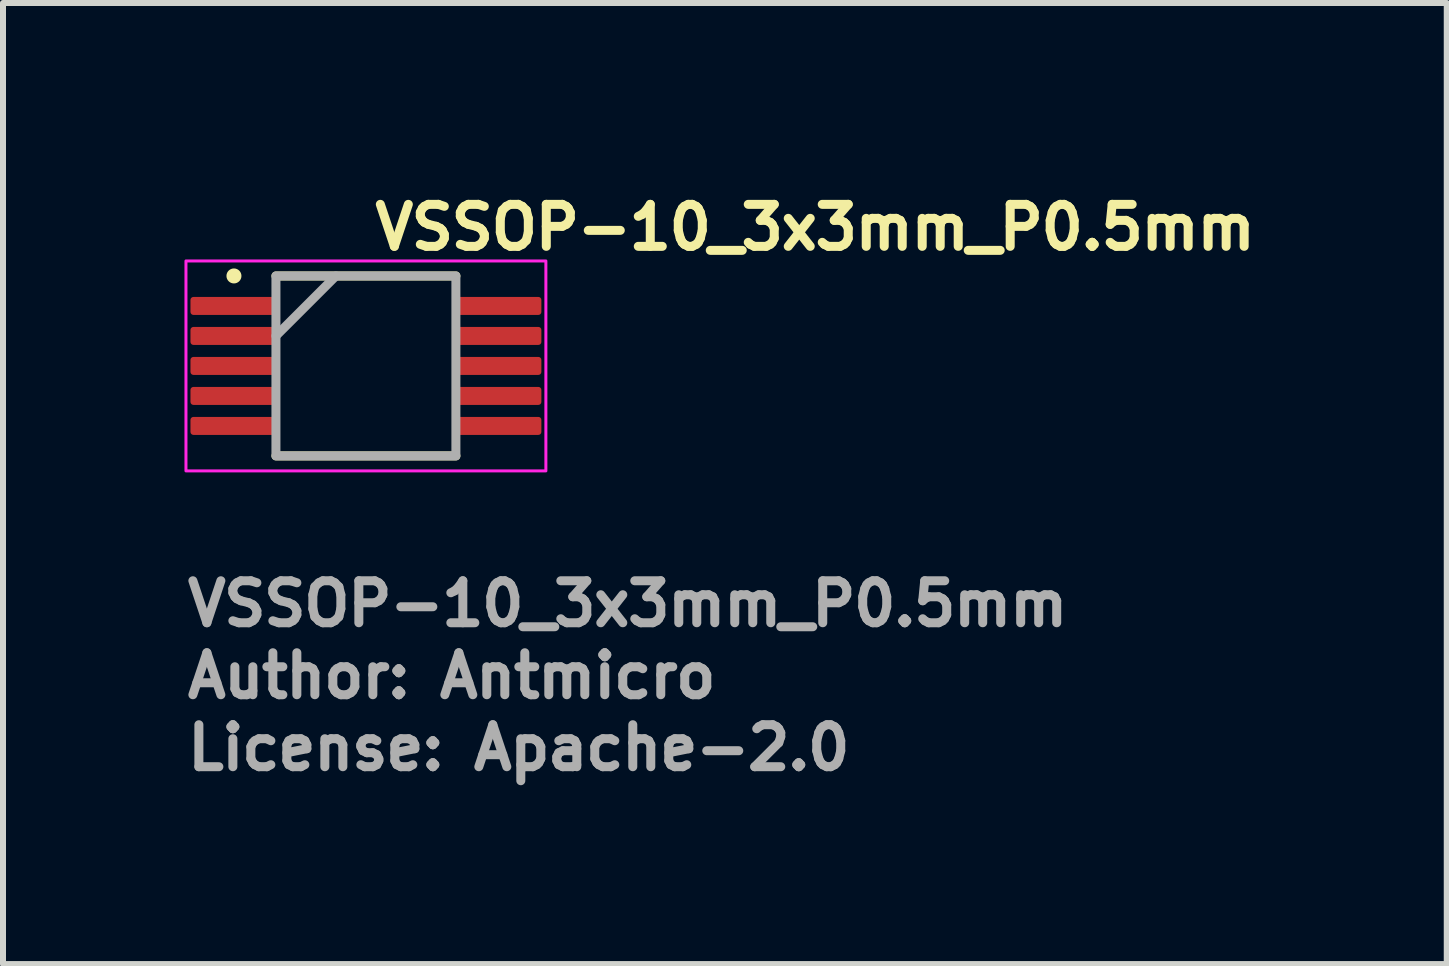
<source format=kicad_pcb>
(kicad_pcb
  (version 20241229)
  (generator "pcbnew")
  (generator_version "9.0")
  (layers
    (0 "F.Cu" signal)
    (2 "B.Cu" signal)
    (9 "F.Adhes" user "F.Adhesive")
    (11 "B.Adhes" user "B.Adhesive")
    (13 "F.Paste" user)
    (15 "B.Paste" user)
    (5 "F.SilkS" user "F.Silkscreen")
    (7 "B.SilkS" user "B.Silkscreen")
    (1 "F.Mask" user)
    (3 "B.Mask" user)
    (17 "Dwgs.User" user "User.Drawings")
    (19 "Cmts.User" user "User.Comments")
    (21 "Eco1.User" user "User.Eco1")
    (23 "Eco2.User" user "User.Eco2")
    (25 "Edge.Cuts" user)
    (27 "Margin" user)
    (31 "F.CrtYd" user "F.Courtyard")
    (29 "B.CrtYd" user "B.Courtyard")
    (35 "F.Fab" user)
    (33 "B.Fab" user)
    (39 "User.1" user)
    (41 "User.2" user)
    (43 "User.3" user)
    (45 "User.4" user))
  (footprint "VSSOP-10_3x3mm_P0.5mm"
    (layer "F.Cu")
    (at 3.05 3.05)
    (property "Reference" "VSSOP-10_3x3mm_P0.5mm" (at 0.075 -1.9 0) (layer "F.SilkS") (effects (font (size 0.7 0.7) (thickness 0.15)) (justify left bottom)))
    (attr smd)
    (fp_line (start -1.5 -1.5) (end 1.5 -1.5) (stroke (width 0.15) (type solid)) (layer "F.SilkS"))
    (fp_line (start -1.5 1.5) (end 1.5 1.5) (stroke (width 0.15) (type solid)) (layer "F.SilkS"))
    (fp_circle (center -2.2 -1.5) (end -2.15 -1.5) (stroke (width 0.15) (type solid)) (fill yes) (layer "F.SilkS"))
    (fp_rect (start -3 -1.75) (end 3 1.75) (stroke (width 0.05) (type solid)) (fill no) (layer "F.CrtYd"))
    (fp_line (start -1.5 -0.5) (end -0.5 -1.5) (stroke (width 0.15) (type solid)) (layer "F.Fab"))
    (fp_rect (start -1.5 -1.5) (end 1.5 1.5) (stroke (width 0.15) (type solid)) (fill no) (layer "F.Fab"))
    (fp_rect (start -2.45 -1.5) (end 2.45 1.5) (stroke (width 0.1) (type solid)) (fill no) (layer "User.5"))
    (fp_line (start -2.45 -0.89) (end -2.45 -1.11) (stroke (width 0.02) (type solid)) (layer "User.9"))
    (fp_line (start -2.45 -0.39) (end -2.45 -0.61) (stroke (width 0.02) (type solid)) (layer "User.9"))
    (fp_line (start -2.45 0.11) (end -2.45 -0.11) (stroke (width 0.02) (type solid)) (layer "User.9"))
    (fp_line (start -2.45 0.61) (end -2.45 0.39) (stroke (width 0.02) (type solid)) (layer "User.9"))
    (fp_line (start -2.45 1.11) (end -2.45 0.89) (stroke (width 0.02) (type solid)) (layer "User.9"))
    (fp_line (start -2.168 -1.11) (end -2.45 -1.11) (stroke (width 0.02) (type solid)) (layer "User.9"))
    (fp_line (start -2.168 -0.89) (end -2.45 -0.89) (stroke (width 0.02) (type solid)) (layer "User.9"))
    (fp_line (start -2.168 -0.61) (end -2.45 -0.61) (stroke (width 0.02) (type solid)) (layer "User.9"))
    (fp_line (start -2.168 -0.39) (end -2.45 -0.39) (stroke (width 0.02) (type solid)) (layer "User.9"))
    (fp_line (start -2.168 -0.11) (end -2.45 -0.11) (stroke (width 0.02) (type solid)) (layer "User.9"))
    (fp_line (start -2.168 0.11) (end -2.45 0.11) (stroke (width 0.02) (type solid)) (layer "User.9"))
    (fp_line (start -2.168 0.39) (end -2.45 0.39) (stroke (width 0.02) (type solid)) (layer "User.9"))
    (fp_line (start -2.168 0.61) (end -2.45 0.61) (stroke (width 0.02) (type solid)) (layer "User.9"))
    (fp_line (start -2.168 0.89) (end -2.45 0.89) (stroke (width 0.02) (type solid)) (layer "User.9"))
    (fp_line (start -2.168 1.11) (end -2.45 1.11) (stroke (width 0.02) (type solid)) (layer "User.9"))
    (fp_line (start -2.077 -1.11) (end -2.168 -1.11) (stroke (width 0.02) (type solid)) (layer "User.9"))
    (fp_line (start -2.077 -0.89) (end -2.168 -0.89) (stroke (width 0.02) (type solid)) (layer "User.9"))
    (fp_line (start -2.077 -0.61) (end -2.168 -0.61) (stroke (width 0.02) (type solid)) (layer "User.9"))
    (fp_line (start -2.077 -0.39) (end -2.168 -0.39) (stroke (width 0.02) (type solid)) (layer "User.9"))
    (fp_line (start -2.077 -0.11) (end -2.168 -0.11) (stroke (width 0.02) (type solid)) (layer "User.9"))
    (fp_line (start -2.077 0.11) (end -2.168 0.11) (stroke (width 0.02) (type solid)) (layer "User.9"))
    (fp_line (start -2.077 0.39) (end -2.168 0.39) (stroke (width 0.02) (type solid)) (layer "User.9"))
    (fp_line (start -2.077 0.61) (end -2.168 0.61) (stroke (width 0.02) (type solid)) (layer "User.9"))
    (fp_line (start -2.077 0.89) (end -2.168 0.89) (stroke (width 0.02) (type solid)) (layer "User.9"))
    (fp_line (start -2.077 1.11) (end -2.168 1.11) (stroke (width 0.02) (type solid)) (layer "User.9"))
    (fp_line (start -2.042 -1.11) (end -2.077 -1.11) (stroke (width 0.02) (type solid)) (layer "User.9"))
    (fp_line (start -2.042 -0.89) (end -2.077 -0.89) (stroke (width 0.02) (type solid)) (layer "User.9"))
    (fp_line (start -2.042 -0.61) (end -2.077 -0.61) (stroke (width 0.02) (type solid)) (layer "User.9"))
    (fp_line (start -2.042 -0.39) (end -2.077 -0.39) (stroke (width 0.02) (type solid)) (layer "User.9"))
    (fp_line (start -2.042 -0.11) (end -2.077 -0.11) (stroke (width 0.02) (type solid)) (layer "User.9"))
    (fp_line (start -2.042 0.11) (end -2.077 0.11) (stroke (width 0.02) (type solid)) (layer "User.9"))
    (fp_line (start -2.042 0.39) (end -2.077 0.39) (stroke (width 0.02) (type solid)) (layer "User.9"))
    (fp_line (start -2.042 0.61) (end -2.077 0.61) (stroke (width 0.02) (type solid)) (layer "User.9"))
    (fp_line (start -2.042 0.89) (end -2.077 0.89) (stroke (width 0.02) (type solid)) (layer "User.9"))
    (fp_line (start -2.042 1.11) (end -2.077 1.11) (stroke (width 0.02) (type solid)) (layer "User.9"))
    (fp_line (start -1.766 -1.11) (end -2.042 -1.11) (stroke (width 0.02) (type solid)) (layer "User.9"))
    (fp_line (start -1.766 -0.89) (end -2.042 -0.89) (stroke (width 0.02) (type solid)) (layer "User.9"))
    (fp_line (start -1.766 -0.61) (end -2.042 -0.61) (stroke (width 0.02) (type solid)) (layer "User.9"))
    (fp_line (start -1.766 -0.39) (end -2.042 -0.39) (stroke (width 0.02) (type solid)) (layer "User.9"))
    (fp_line (start -1.766 -0.11) (end -2.042 -0.11) (stroke (width 0.02) (type solid)) (layer "User.9"))
    (fp_line (start -1.766 0.11) (end -2.042 0.11) (stroke (width 0.02) (type solid)) (layer "User.9"))
    (fp_line (start -1.766 0.39) (end -2.042 0.39) (stroke (width 0.02) (type solid)) (layer "User.9"))
    (fp_line (start -1.766 0.61) (end -2.042 0.61) (stroke (width 0.02) (type solid)) (layer "User.9"))
    (fp_line (start -1.766 0.89) (end -2.042 0.89) (stroke (width 0.02) (type solid)) (layer "User.9"))
    (fp_line (start -1.766 1.11) (end -2.042 1.11) (stroke (width 0.02) (type solid)) (layer "User.9"))
    (fp_line (start -1.5 -1.358) (end -1.499 -1.365) (stroke (width 0.02) (type solid)) (layer "User.9"))
    (fp_line (start -1.5 -1.351) (end -1.5 -1.358) (stroke (width 0.02) (type solid)) (layer "User.9"))
    (fp_line (start -1.5 -1.351) (end -1.5 -1.35) (stroke (width 0.02) (type solid)) (layer "User.9"))
    (fp_line (start -1.5 -1.35) (end -1.5 1.35) (stroke (width 0.02) (type solid)) (layer "User.9"))
    (fp_line (start -1.5 -1.11) (end -1.766 -1.11) (stroke (width 0.02) (type solid)) (layer "User.9"))
    (fp_line (start -1.5 -0.89) (end -1.766 -0.89) (stroke (width 0.02) (type solid)) (layer "User.9"))
    (fp_line (start -1.5 -0.89) (end -1.5 -1.11) (stroke (width 0.02) (type solid)) (layer "User.9"))
    (fp_line (start -1.5 -0.61) (end -1.766 -0.61) (stroke (width 0.02) (type solid)) (layer "User.9"))
    (fp_line (start -1.5 -0.39) (end -1.766 -0.39) (stroke (width 0.02) (type solid)) (layer "User.9"))
    (fp_line (start -1.5 -0.39) (end -1.5 -0.61) (stroke (width 0.02) (type solid)) (layer "User.9"))
    (fp_line (start -1.5 -0.11) (end -1.766 -0.11) (stroke (width 0.02) (type solid)) (layer "User.9"))
    (fp_line (start -1.5 0.11) (end -1.766 0.11) (stroke (width 0.02) (type solid)) (layer "User.9"))
    (fp_line (start -1.5 0.11) (end -1.5 -0.11) (stroke (width 0.02) (type solid)) (layer "User.9"))
    (fp_line (start -1.5 0.39) (end -1.766 0.39) (stroke (width 0.02) (type solid)) (layer "User.9"))
    (fp_line (start -1.5 0.61) (end -1.766 0.61) (stroke (width 0.02) (type solid)) (layer "User.9"))
    (fp_line (start -1.5 0.61) (end -1.5 0.39) (stroke (width 0.02) (type solid)) (layer "User.9"))
    (fp_line (start -1.5 0.89) (end -1.766 0.89) (stroke (width 0.02) (type solid)) (layer "User.9"))
    (fp_line (start -1.5 1.11) (end -1.766 1.11) (stroke (width 0.02) (type solid)) (layer "User.9"))
    (fp_line (start -1.5 1.11) (end -1.5 0.89) (stroke (width 0.02) (type solid)) (layer "User.9"))
    (fp_line (start -1.5 1.35) (end -1.5 1.351) (stroke (width 0.02) (type solid)) (layer "User.9"))
    (fp_line (start -1.5 1.358) (end -1.5 1.351) (stroke (width 0.02) (type solid)) (layer "User.9"))
    (fp_line (start -1.499 -1.372) (end -1.497 -1.379) (stroke (width 0.02) (type solid)) (layer "User.9"))
    (fp_line (start -1.499 -1.365) (end -1.499 -1.372) (stroke (width 0.02) (type solid)) (layer "User.9"))
    (fp_line (start -1.499 1.365) (end -1.5 1.358) (stroke (width 0.02) (type solid)) (layer "User.9"))
    (fp_line (start -1.499 1.372) (end -1.499 1.365) (stroke (width 0.02) (type solid)) (layer "User.9"))
    (fp_line (start -1.497 -1.379) (end -1.496 -1.385) (stroke (width 0.02) (type solid)) (layer "User.9"))
    (fp_line (start -1.497 1.379) (end -1.499 1.372) (stroke (width 0.02) (type solid)) (layer "User.9"))
    (fp_line (start -1.496 -1.385) (end -1.494 -1.392) (stroke (width 0.02) (type solid)) (layer "User.9"))
    (fp_line (start -1.496 1.385) (end -1.497 1.379) (stroke (width 0.02) (type solid)) (layer "User.9"))
    (fp_line (start -1.494 -1.392) (end -1.492 -1.399) (stroke (width 0.02) (type solid)) (layer "User.9"))
    (fp_line (start -1.494 1.392) (end -1.496 1.385) (stroke (width 0.02) (type solid)) (layer "User.9"))
    (fp_line (start -1.492 -1.399) (end -1.489 -1.406) (stroke (width 0.02) (type solid)) (layer "User.9"))
    (fp_line (start -1.492 1.399) (end -1.494 1.392) (stroke (width 0.02) (type solid)) (layer "User.9"))
    (fp_line (start -1.489 -1.406) (end -1.486 -1.412) (stroke (width 0.02) (type solid)) (layer "User.9"))
    (fp_line (start -1.489 1.406) (end -1.492 1.399) (stroke (width 0.02) (type solid)) (layer "User.9"))
    (fp_line (start -1.486 -1.412) (end -1.483 -1.419) (stroke (width 0.02) (type solid)) (layer "User.9"))
    (fp_line (start -1.486 1.412) (end -1.489 1.406) (stroke (width 0.02) (type solid)) (layer "User.9"))
    (fp_line (start -1.483 -1.419) (end -1.479 -1.425) (stroke (width 0.02) (type solid)) (layer "User.9"))
    (fp_line (start -1.483 1.419) (end -1.486 1.412) (stroke (width 0.02) (type solid)) (layer "User.9"))
    (fp_line (start -1.479 -1.425) (end -1.475 -1.431) (stroke (width 0.02) (type solid)) (layer "User.9"))
    (fp_line (start -1.479 1.425) (end -1.483 1.419) (stroke (width 0.02) (type solid)) (layer "User.9"))
    (fp_line (start -1.475 -1.431) (end -1.471 -1.438) (stroke (width 0.02) (type solid)) (layer "User.9"))
    (fp_line (start -1.475 1.431) (end -1.479 1.425) (stroke (width 0.02) (type solid)) (layer "User.9"))
    (fp_line (start -1.471 -1.438) (end -1.466 -1.444) (stroke (width 0.02) (type solid)) (layer "User.9"))
    (fp_line (start -1.471 1.438) (end -1.475 1.431) (stroke (width 0.02) (type solid)) (layer "User.9"))
    (fp_line (start -1.466 -1.444) (end -1.461 -1.45) (stroke (width 0.02) (type solid)) (layer "User.9"))
    (fp_line (start -1.466 1.444) (end -1.471 1.438) (stroke (width 0.02) (type solid)) (layer "User.9"))
    (fp_line (start -1.461 -1.45) (end -1.456 -1.456) (stroke (width 0.02) (type solid)) (layer "User.9"))
    (fp_line (start -1.461 1.45) (end -1.466 1.444) (stroke (width 0.02) (type solid)) (layer "User.9"))
    (fp_line (start -1.456 -1.456) (end -1.456 -1.456) (stroke (width 0.02) (type solid)) (layer "User.9"))
    (fp_line (start -1.456 -1.456) (end -1.45 -1.461) (stroke (width 0.02) (type solid)) (layer "User.9"))
    (fp_line (start -1.456 1.456) (end -1.461 1.45) (stroke (width 0.02) (type solid)) (layer "User.9"))
    (fp_line (start -1.456 1.456) (end -1.456 1.456) (stroke (width 0.02) (type solid)) (layer "User.9"))
    (fp_line (start -1.45 -1.461) (end -1.444 -1.466) (stroke (width 0.02) (type solid)) (layer "User.9"))
    (fp_line (start -1.45 1.461) (end -1.456 1.456) (stroke (width 0.02) (type solid)) (layer "User.9"))
    (fp_line (start -1.444 -1.466) (end -1.438 -1.471) (stroke (width 0.02) (type solid)) (layer "User.9"))
    (fp_line (start -1.444 1.466) (end -1.45 1.461) (stroke (width 0.02) (type solid)) (layer "User.9"))
    (fp_line (start -1.438 -1.471) (end -1.431 -1.475) (stroke (width 0.02) (type solid)) (layer "User.9"))
    (fp_line (start -1.438 1.471) (end -1.444 1.466) (stroke (width 0.02) (type solid)) (layer "User.9"))
    (fp_line (start -1.431 -1.475) (end -1.425 -1.479) (stroke (width 0.02) (type solid)) (layer "User.9"))
    (fp_line (start -1.431 1.475) (end -1.438 1.471) (stroke (width 0.02) (type solid)) (layer "User.9"))
    (fp_line (start -1.425 -1.479) (end -1.419 -1.483) (stroke (width 0.02) (type solid)) (layer "User.9"))
    (fp_line (start -1.425 1.479) (end -1.431 1.475) (stroke (width 0.02) (type solid)) (layer "User.9"))
    (fp_line (start -1.419 -1.483) (end -1.412 -1.486) (stroke (width 0.02) (type solid)) (layer "User.9"))
    (fp_line (start -1.419 1.483) (end -1.425 1.479) (stroke (width 0.02) (type solid)) (layer "User.9"))
    (fp_line (start -1.412 -1.486) (end -1.406 -1.489) (stroke (width 0.02) (type solid)) (layer "User.9"))
    (fp_line (start -1.412 1.486) (end -1.419 1.483) (stroke (width 0.02) (type solid)) (layer "User.9"))
    (fp_line (start -1.406 -1.489) (end -1.399 -1.492) (stroke (width 0.02) (type solid)) (layer "User.9"))
    (fp_line (start -1.406 1.489) (end -1.412 1.486) (stroke (width 0.02) (type solid)) (layer "User.9"))
    (fp_line (start -1.399 -1.492) (end -1.392 -1.494) (stroke (width 0.02) (type solid)) (layer "User.9"))
    (fp_line (start -1.399 1.492) (end -1.406 1.489) (stroke (width 0.02) (type solid)) (layer "User.9"))
    (fp_line (start -1.392 -1.494) (end -1.385 -1.496) (stroke (width 0.02) (type solid)) (layer "User.9"))
    (fp_line (start -1.392 1.494) (end -1.399 1.492) (stroke (width 0.02) (type solid)) (layer "User.9"))
    (fp_line (start -1.385 -1.496) (end -1.379 -1.497) (stroke (width 0.02) (type solid)) (layer "User.9"))
    (fp_line (start -1.385 1.496) (end -1.392 1.494) (stroke (width 0.02) (type solid)) (layer "User.9"))
    (fp_line (start -1.379 -1.497) (end -1.372 -1.499) (stroke (width 0.02) (type solid)) (layer "User.9"))
    (fp_line (start -1.379 1.497) (end -1.385 1.496) (stroke (width 0.02) (type solid)) (layer "User.9"))
    (fp_line (start -1.372 -1.499) (end -1.365 -1.499) (stroke (width 0.02) (type solid)) (layer "User.9"))
    (fp_line (start -1.372 1.499) (end -1.379 1.497) (stroke (width 0.02) (type solid)) (layer "User.9"))
    (fp_line (start -1.365 -1.499) (end -1.358 -1.5) (stroke (width 0.02) (type solid)) (layer "User.9"))
    (fp_line (start -1.365 1.499) (end -1.372 1.499) (stroke (width 0.02) (type solid)) (layer "User.9"))
    (fp_line (start -1.358 -1.5) (end -1.351 -1.5) (stroke (width 0.02) (type solid)) (layer "User.9"))
    (fp_line (start -1.358 1.5) (end -1.365 1.499) (stroke (width 0.02) (type solid)) (layer "User.9"))
    (fp_line (start -1.351 1.5) (end -1.358 1.5) (stroke (width 0.02) (type solid)) (layer "User.9"))
    (fp_line (start -1.351 1.5) (end -1.35 1.5) (stroke (width 0.02) (type solid)) (layer "User.9"))
    (fp_line (start -1.35 -1.5) (end -1.351 -1.5) (stroke (width 0.02) (type solid)) (layer "User.9"))
    (fp_line (start -1.35 1.5) (end 1.35 1.5) (stroke (width 0.02) (type solid)) (layer "User.9"))
    (fp_line (start -1.125 -1.008) (end -1.125 -1.004) (stroke (width 0.02) (type solid)) (layer "User.9"))
    (fp_line (start -1.125 -1.008) (end -1.125 -1.004) (stroke (width 0.02) (type solid)) (layer "User.9"))
    (fp_line (start -1.125 -1.004) (end -1.125 -1) (stroke (width 0.02) (type solid)) (layer "User.9"))
    (fp_line (start -1.125 -1.004) (end -1.125 -1) (stroke (width 0.02) (type solid)) (layer "User.9"))
    (fp_line (start -1.125 -1) (end -1.125 -0.992) (stroke (width 0.02) (type solid)) (layer "User.9"))
    (fp_line (start -1.125 -1) (end -1.125 -0.992) (stroke (width 0.02) (type solid)) (layer "User.9"))
    (fp_line (start -1.125 -0.992) (end -1.124 -0.983) (stroke (width 0.02) (type solid)) (layer "User.9"))
    (fp_line (start -1.125 -0.992) (end -1.124 -0.983) (stroke (width 0.02) (type solid)) (layer "User.9"))
    (fp_line (start -1.124 -1.017) (end -1.124 -1.012) (stroke (width 0.02) (type solid)) (layer "User.9"))
    (fp_line (start -1.124 -1.017) (end -1.124 -1.012) (stroke (width 0.02) (type solid)) (layer "User.9"))
    (fp_line (start -1.124 -1.012) (end -1.125 -1.008) (stroke (width 0.02) (type solid)) (layer "User.9"))
    (fp_line (start -1.124 -1.012) (end -1.125 -1.008) (stroke (width 0.02) (type solid)) (layer "User.9"))
    (fp_line (start -1.124 -0.983) (end -1.123 -0.975) (stroke (width 0.02) (type solid)) (layer "User.9"))
    (fp_line (start -1.124 -0.983) (end -1.123 -0.975) (stroke (width 0.02) (type solid)) (layer "User.9"))
    (fp_line (start -1.123 -1.025) (end -1.123 -1.021) (stroke (width 0.02) (type solid)) (layer "User.9"))
    (fp_line (start -1.123 -1.025) (end -1.123 -1.021) (stroke (width 0.02) (type solid)) (layer "User.9"))
    (fp_line (start -1.123 -1.021) (end -1.124 -1.017) (stroke (width 0.02) (type solid)) (layer "User.9"))
    (fp_line (start -1.123 -1.021) (end -1.124 -1.017) (stroke (width 0.02) (type solid)) (layer "User.9"))
    (fp_line (start -1.123 -0.975) (end -1.121 -0.967) (stroke (width 0.02) (type solid)) (layer "User.9"))
    (fp_line (start -1.123 -0.975) (end -1.121 -0.967) (stroke (width 0.02) (type solid)) (layer "User.9"))
    (fp_line (start -1.122 -1.029) (end -1.123 -1.025) (stroke (width 0.02) (type solid)) (layer "User.9"))
    (fp_line (start -1.122 -1.029) (end -1.123 -1.025) (stroke (width 0.02) (type solid)) (layer "User.9"))
    (fp_line (start -1.121 -1.033) (end -1.122 -1.029) (stroke (width 0.02) (type solid)) (layer "User.9"))
    (fp_line (start -1.121 -1.033) (end -1.122 -1.029) (stroke (width 0.02) (type solid)) (layer "User.9"))
    (fp_line (start -1.121 -0.967) (end -1.118 -0.96) (stroke (width 0.02) (type solid)) (layer "User.9"))
    (fp_line (start -1.121 -0.967) (end -1.118 -0.96) (stroke (width 0.02) (type solid)) (layer "User.9"))
    (fp_line (start -1.12 -1.037) (end -1.121 -1.033) (stroke (width 0.02) (type solid)) (layer "User.9"))
    (fp_line (start -1.12 -1.037) (end -1.121 -1.033) (stroke (width 0.02) (type solid)) (layer "User.9"))
    (fp_line (start -1.118 -1.04) (end -1.12 -1.037) (stroke (width 0.02) (type solid)) (layer "User.9"))
    (fp_line (start -1.118 -1.04) (end -1.12 -1.037) (stroke (width 0.02) (type solid)) (layer "User.9"))
    (fp_line (start -1.118 -0.96) (end -1.115 -0.952) (stroke (width 0.02) (type solid)) (layer "User.9"))
    (fp_line (start -1.118 -0.96) (end -1.115 -0.952) (stroke (width 0.02) (type solid)) (layer "User.9"))
    (fp_line (start -1.117 -1.044) (end -1.118 -1.04) (stroke (width 0.02) (type solid)) (layer "User.9"))
    (fp_line (start -1.117 -1.044) (end -1.118 -1.04) (stroke (width 0.02) (type solid)) (layer "User.9"))
    (fp_line (start -1.115 -1.048) (end -1.117 -1.044) (stroke (width 0.02) (type solid)) (layer "User.9"))
    (fp_line (start -1.115 -1.048) (end -1.117 -1.044) (stroke (width 0.02) (type solid)) (layer "User.9"))
    (fp_line (start -1.115 -0.952) (end -1.112 -0.945) (stroke (width 0.02) (type solid)) (layer "User.9"))
    (fp_line (start -1.115 -0.952) (end -1.112 -0.945) (stroke (width 0.02) (type solid)) (layer "User.9"))
    (fp_line (start -1.114 -1.052) (end -1.115 -1.048) (stroke (width 0.02) (type solid)) (layer "User.9"))
    (fp_line (start -1.114 -1.052) (end -1.115 -1.048) (stroke (width 0.02) (type solid)) (layer "User.9"))
    (fp_line (start -1.112 -1.055) (end -1.114 -1.052) (stroke (width 0.02) (type solid)) (layer "User.9"))
    (fp_line (start -1.112 -1.055) (end -1.114 -1.052) (stroke (width 0.02) (type solid)) (layer "User.9"))
    (fp_line (start -1.112 -0.945) (end -1.108 -0.938) (stroke (width 0.02) (type solid)) (layer "User.9"))
    (fp_line (start -1.112 -0.945) (end -1.108 -0.938) (stroke (width 0.02) (type solid)) (layer "User.9"))
    (fp_line (start -1.11 -1.059) (end -1.112 -1.055) (stroke (width 0.02) (type solid)) (layer "User.9"))
    (fp_line (start -1.11 -1.059) (end -1.112 -1.055) (stroke (width 0.02) (type solid)) (layer "User.9"))
    (fp_line (start -1.108 -1.062) (end -1.11 -1.059) (stroke (width 0.02) (type solid)) (layer "User.9"))
    (fp_line (start -1.108 -1.062) (end -1.11 -1.059) (stroke (width 0.02) (type solid)) (layer "User.9"))
    (fp_line (start -1.108 -0.938) (end -1.104 -0.931) (stroke (width 0.02) (type solid)) (layer "User.9"))
    (fp_line (start -1.108 -0.938) (end -1.104 -0.931) (stroke (width 0.02) (type solid)) (layer "User.9"))
    (fp_line (start -1.106 -1.066) (end -1.108 -1.062) (stroke (width 0.02) (type solid)) (layer "User.9"))
    (fp_line (start -1.106 -1.066) (end -1.108 -1.062) (stroke (width 0.02) (type solid)) (layer "User.9"))
    (fp_line (start -1.104 -1.069) (end -1.106 -1.066) (stroke (width 0.02) (type solid)) (layer "User.9"))
    (fp_line (start -1.104 -1.069) (end -1.106 -1.066) (stroke (width 0.02) (type solid)) (layer "User.9"))
    (fp_line (start -1.104 -0.931) (end -1.099 -0.924) (stroke (width 0.02) (type solid)) (layer "User.9"))
    (fp_line (start -1.104 -0.931) (end -1.099 -0.924) (stroke (width 0.02) (type solid)) (layer "User.9"))
    (fp_line (start -1.102 -1.073) (end -1.104 -1.069) (stroke (width 0.02) (type solid)) (layer "User.9"))
    (fp_line (start -1.102 -1.073) (end -1.104 -1.069) (stroke (width 0.02) (type solid)) (layer "User.9"))
    (fp_line (start -1.099 -1.076) (end -1.102 -1.073) (stroke (width 0.02) (type solid)) (layer "User.9"))
    (fp_line (start -1.099 -1.076) (end -1.102 -1.073) (stroke (width 0.02) (type solid)) (layer "User.9"))
    (fp_line (start -1.099 -0.924) (end -1.094 -0.918) (stroke (width 0.02) (type solid)) (layer "User.9"))
    (fp_line (start -1.099 -0.924) (end -1.094 -0.918) (stroke (width 0.02) (type solid)) (layer "User.9"))
    (fp_line (start -1.097 -1.079) (end -1.099 -1.076) (stroke (width 0.02) (type solid)) (layer "User.9"))
    (fp_line (start -1.097 -1.079) (end -1.099 -1.076) (stroke (width 0.02) (type solid)) (layer "User.9"))
    (fp_line (start -1.094 -1.082) (end -1.097 -1.079) (stroke (width 0.02) (type solid)) (layer "User.9"))
    (fp_line (start -1.094 -1.082) (end -1.097 -1.079) (stroke (width 0.02) (type solid)) (layer "User.9"))
    (fp_line (start -1.094 -0.918) (end -1.089 -0.912) (stroke (width 0.02) (type solid)) (layer "User.9"))
    (fp_line (start -1.094 -0.918) (end -1.089 -0.912) (stroke (width 0.02) (type solid)) (layer "User.9"))
    (fp_line (start -1.091 -1.085) (end -1.094 -1.082) (stroke (width 0.02) (type solid)) (layer "User.9"))
    (fp_line (start -1.091 -1.085) (end -1.094 -1.082) (stroke (width 0.02) (type solid)) (layer "User.9"))
    (fp_line (start -1.089 -1.088) (end -1.091 -1.085) (stroke (width 0.02) (type solid)) (layer "User.9"))
    (fp_line (start -1.089 -1.088) (end -1.091 -1.085) (stroke (width 0.02) (type solid)) (layer "User.9"))
    (fp_line (start -1.089 -0.912) (end -1.083 -0.906) (stroke (width 0.02) (type solid)) (layer "User.9"))
    (fp_line (start -1.089 -0.912) (end -1.083 -0.906) (stroke (width 0.02) (type solid)) (layer "User.9"))
    (fp_line (start -1.086 -1.091) (end -1.089 -1.088) (stroke (width 0.02) (type solid)) (layer "User.9"))
    (fp_line (start -1.086 -1.091) (end -1.089 -1.088) (stroke (width 0.02) (type solid)) (layer "User.9"))
    (fp_line (start -1.083 -1.094) (end -1.086 -1.091) (stroke (width 0.02) (type solid)) (layer "User.9"))
    (fp_line (start -1.083 -1.094) (end -1.086 -1.091) (stroke (width 0.02) (type solid)) (layer "User.9"))
    (fp_line (start -1.083 -0.906) (end -1.076 -0.901) (stroke (width 0.02) (type solid)) (layer "User.9"))
    (fp_line (start -1.083 -0.906) (end -1.076 -0.901) (stroke (width 0.02) (type solid)) (layer "User.9"))
    (fp_line (start -1.08 -1.096) (end -1.083 -1.094) (stroke (width 0.02) (type solid)) (layer "User.9"))
    (fp_line (start -1.08 -1.096) (end -1.083 -1.094) (stroke (width 0.02) (type solid)) (layer "User.9"))
    (fp_line (start -1.076 -1.099) (end -1.08 -1.096) (stroke (width 0.02) (type solid)) (layer "User.9"))
    (fp_line (start -1.076 -1.099) (end -1.08 -1.096) (stroke (width 0.02) (type solid)) (layer "User.9"))
    (fp_line (start -1.076 -0.901) (end -1.07 -0.896) (stroke (width 0.02) (type solid)) (layer "User.9"))
    (fp_line (start -1.076 -0.901) (end -1.07 -0.896) (stroke (width 0.02) (type solid)) (layer "User.9"))
    (fp_line (start -1.073 -1.101) (end -1.076 -1.099) (stroke (width 0.02) (type solid)) (layer "User.9"))
    (fp_line (start -1.073 -1.101) (end -1.076 -1.099) (stroke (width 0.02) (type solid)) (layer "User.9"))
    (fp_line (start -1.07 -1.104) (end -1.073 -1.101) (stroke (width 0.02) (type solid)) (layer "User.9"))
    (fp_line (start -1.07 -1.104) (end -1.073 -1.101) (stroke (width 0.02) (type solid)) (layer "User.9"))
    (fp_line (start -1.07 -0.896) (end -1.062 -0.892) (stroke (width 0.02) (type solid)) (layer "User.9"))
    (fp_line (start -1.07 -0.896) (end -1.062 -0.892) (stroke (width 0.02) (type solid)) (layer "User.9"))
    (fp_line (start -1.066 -1.106) (end -1.07 -1.104) (stroke (width 0.02) (type solid)) (layer "User.9"))
    (fp_line (start -1.066 -1.106) (end -1.07 -1.104) (stroke (width 0.02) (type solid)) (layer "User.9"))
    (fp_line (start -1.062 -1.108) (end -1.066 -1.106) (stroke (width 0.02) (type solid)) (layer "User.9"))
    (fp_line (start -1.062 -1.108) (end -1.066 -1.106) (stroke (width 0.02) (type solid)) (layer "User.9"))
    (fp_line (start -1.062 -1.108) (end -1.062 -1.108) (stroke (width 0.02) (type solid)) (layer "User.9"))
    (fp_line (start -1.062 -1.108) (end -1.062 -1.108) (stroke (width 0.02) (type solid)) (layer "User.9"))
    (fp_line (start -1.062 -0.892) (end -1.062 -0.892) (stroke (width 0.02) (type solid)) (layer "User.9"))
    (fp_line (start -1.062 -0.892) (end -1.062 -0.892) (stroke (width 0.02) (type solid)) (layer "User.9"))
    (fp_line (start -1.062 -0.892) (end -1.055 -0.888) (stroke (width 0.02) (type solid)) (layer "User.9"))
    (fp_line (start -1.062 -0.892) (end -1.055 -0.888) (stroke (width 0.02) (type solid)) (layer "User.9"))
    (fp_line (start -1.055 -1.112) (end -1.062 -1.108) (stroke (width 0.02) (type solid)) (layer "User.9"))
    (fp_line (start -1.055 -1.112) (end -1.062 -1.108) (stroke (width 0.02) (type solid)) (layer "User.9"))
    (fp_line (start -1.055 -0.888) (end -1.048 -0.884) (stroke (width 0.02) (type solid)) (layer "User.9"))
    (fp_line (start -1.055 -0.888) (end -1.048 -0.884) (stroke (width 0.02) (type solid)) (layer "User.9"))
    (fp_line (start -1.048 -1.116) (end -1.055 -1.112) (stroke (width 0.02) (type solid)) (layer "User.9"))
    (fp_line (start -1.048 -1.116) (end -1.055 -1.112) (stroke (width 0.02) (type solid)) (layer "User.9"))
    (fp_line (start -1.048 -0.884) (end -1.04 -0.882) (stroke (width 0.02) (type solid)) (layer "User.9"))
    (fp_line (start -1.048 -0.884) (end -1.04 -0.882) (stroke (width 0.02) (type solid)) (layer "User.9"))
    (fp_line (start -1.04 -1.118) (end -1.048 -1.116) (stroke (width 0.02) (type solid)) (layer "User.9"))
    (fp_line (start -1.04 -1.118) (end -1.048 -1.116) (stroke (width 0.02) (type solid)) (layer "User.9"))
    (fp_line (start -1.04 -0.882) (end -1.032 -0.879) (stroke (width 0.02) (type solid)) (layer "User.9"))
    (fp_line (start -1.04 -0.882) (end -1.032 -0.879) (stroke (width 0.02) (type solid)) (layer "User.9"))
    (fp_line (start -1.032 -1.121) (end -1.04 -1.118) (stroke (width 0.02) (type solid)) (layer "User.9"))
    (fp_line (start -1.032 -1.121) (end -1.04 -1.118) (stroke (width 0.02) (type solid)) (layer "User.9"))
    (fp_line (start -1.032 -0.879) (end -1.024 -0.877) (stroke (width 0.02) (type solid)) (layer "User.9"))
    (fp_line (start -1.032 -0.879) (end -1.024 -0.877) (stroke (width 0.02) (type solid)) (layer "User.9"))
    (fp_line (start -1.024 -1.123) (end -1.032 -1.121) (stroke (width 0.02) (type solid)) (layer "User.9"))
    (fp_line (start -1.024 -1.123) (end -1.032 -1.121) (stroke (width 0.02) (type solid)) (layer "User.9"))
    (fp_line (start -1.024 -0.877) (end -1.016 -0.876) (stroke (width 0.02) (type solid)) (layer "User.9"))
    (fp_line (start -1.024 -0.877) (end -1.016 -0.876) (stroke (width 0.02) (type solid)) (layer "User.9"))
    (fp_line (start -1.016 -1.124) (end -1.024 -1.123) (stroke (width 0.02) (type solid)) (layer "User.9"))
    (fp_line (start -1.016 -1.124) (end -1.024 -1.123) (stroke (width 0.02) (type solid)) (layer "User.9"))
    (fp_line (start -1.016 -0.876) (end -1.008 -0.875) (stroke (width 0.02) (type solid)) (layer "User.9"))
    (fp_line (start -1.016 -0.876) (end -1.008 -0.875) (stroke (width 0.02) (type solid)) (layer "User.9"))
    (fp_line (start -1.008 -1.125) (end -1.016 -1.124) (stroke (width 0.02) (type solid)) (layer "User.9"))
    (fp_line (start -1.008 -1.125) (end -1.016 -1.124) (stroke (width 0.02) (type solid)) (layer "User.9"))
    (fp_line (start -1.008 -0.875) (end -1 -0.875) (stroke (width 0.02) (type solid)) (layer "User.9"))
    (fp_line (start -1.008 -0.875) (end -1 -0.875) (stroke (width 0.02) (type solid)) (layer "User.9"))
    (fp_line (start -1 -1.125) (end -1.008 -1.125) (stroke (width 0.02) (type solid)) (layer "User.9"))
    (fp_line (start -1 -1.125) (end -1.008 -1.125) (stroke (width 0.02) (type solid)) (layer "User.9"))
    (fp_line (start -1 -0.875) (end -0.992 -0.875) (stroke (width 0.02) (type solid)) (layer "User.9"))
    (fp_line (start -1 -0.875) (end -0.992 -0.875) (stroke (width 0.02) (type solid)) (layer "User.9"))
    (fp_line (start -0.992 -1.125) (end -1 -1.125) (stroke (width 0.02) (type solid)) (layer "User.9"))
    (fp_line (start -0.992 -1.125) (end -1 -1.125) (stroke (width 0.02) (type solid)) (layer "User.9"))
    (fp_line (start -0.992 -0.875) (end -0.984 -0.876) (stroke (width 0.02) (type solid)) (layer "User.9"))
    (fp_line (start -0.992 -0.875) (end -0.984 -0.876) (stroke (width 0.02) (type solid)) (layer "User.9"))
    (fp_line (start -0.984 -1.124) (end -0.992 -1.125) (stroke (width 0.02) (type solid)) (layer "User.9"))
    (fp_line (start -0.984 -1.124) (end -0.992 -1.125) (stroke (width 0.02) (type solid)) (layer "User.9"))
    (fp_line (start -0.984 -0.876) (end -0.976 -0.877) (stroke (width 0.02) (type solid)) (layer "User.9"))
    (fp_line (start -0.984 -0.876) (end -0.976 -0.877) (stroke (width 0.02) (type solid)) (layer "User.9"))
    (fp_line (start -0.976 -1.123) (end -0.984 -1.124) (stroke (width 0.02) (type solid)) (layer "User.9"))
    (fp_line (start -0.976 -1.123) (end -0.984 -1.124) (stroke (width 0.02) (type solid)) (layer "User.9"))
    (fp_line (start -0.976 -0.877) (end -0.968 -0.879) (stroke (width 0.02) (type solid)) (layer "User.9"))
    (fp_line (start -0.976 -0.877) (end -0.968 -0.879) (stroke (width 0.02) (type solid)) (layer "User.9"))
    (fp_line (start -0.968 -1.121) (end -0.976 -1.123) (stroke (width 0.02) (type solid)) (layer "User.9"))
    (fp_line (start -0.968 -1.121) (end -0.976 -1.123) (stroke (width 0.02) (type solid)) (layer "User.9"))
    (fp_line (start -0.968 -0.879) (end -0.96 -0.882) (stroke (width 0.02) (type solid)) (layer "User.9"))
    (fp_line (start -0.968 -0.879) (end -0.96 -0.882) (stroke (width 0.02) (type solid)) (layer "User.9"))
    (fp_line (start -0.96 -1.118) (end -0.968 -1.121) (stroke (width 0.02) (type solid)) (layer "User.9"))
    (fp_line (start -0.96 -1.118) (end -0.968 -1.121) (stroke (width 0.02) (type solid)) (layer "User.9"))
    (fp_line (start -0.96 -0.882) (end -0.952 -0.884) (stroke (width 0.02) (type solid)) (layer "User.9"))
    (fp_line (start -0.96 -0.882) (end -0.952 -0.884) (stroke (width 0.02) (type solid)) (layer "User.9"))
    (fp_line (start -0.952 -1.116) (end -0.96 -1.118) (stroke (width 0.02) (type solid)) (layer "User.9"))
    (fp_line (start -0.952 -1.116) (end -0.96 -1.118) (stroke (width 0.02) (type solid)) (layer "User.9"))
    (fp_line (start -0.952 -0.884) (end -0.945 -0.888) (stroke (width 0.02) (type solid)) (layer "User.9"))
    (fp_line (start -0.952 -0.884) (end -0.945 -0.888) (stroke (width 0.02) (type solid)) (layer "User.9"))
    (fp_line (start -0.945 -1.112) (end -0.952 -1.116) (stroke (width 0.02) (type solid)) (layer "User.9"))
    (fp_line (start -0.945 -1.112) (end -0.952 -1.116) (stroke (width 0.02) (type solid)) (layer "User.9"))
    (fp_line (start -0.945 -0.888) (end -0.938 -0.892) (stroke (width 0.02) (type solid)) (layer "User.9"))
    (fp_line (start -0.945 -0.888) (end -0.938 -0.892) (stroke (width 0.02) (type solid)) (layer "User.9"))
    (fp_line (start -0.938 -1.108) (end -0.945 -1.112) (stroke (width 0.02) (type solid)) (layer "User.9"))
    (fp_line (start -0.938 -1.108) (end -0.945 -1.112) (stroke (width 0.02) (type solid)) (layer "User.9"))
    (fp_line (start -0.938 -1.108) (end -0.938 -1.108) (stroke (width 0.02) (type solid)) (layer "User.9"))
    (fp_line (start -0.938 -1.108) (end -0.938 -1.108) (stroke (width 0.02) (type solid)) (layer "User.9"))
    (fp_line (start -0.938 -0.892) (end -0.938 -0.892) (stroke (width 0.02) (type solid)) (layer "User.9"))
    (fp_line (start -0.938 -0.892) (end -0.938 -0.892) (stroke (width 0.02) (type solid)) (layer "User.9"))
    (fp_line (start -0.938 -0.892) (end -0.934 -0.894) (stroke (width 0.02) (type solid)) (layer "User.9"))
    (fp_line (start -0.938 -0.892) (end -0.934 -0.894) (stroke (width 0.02) (type solid)) (layer "User.9"))
    (fp_line (start -0.934 -0.894) (end -0.93 -0.896) (stroke (width 0.02) (type solid)) (layer "User.9"))
    (fp_line (start -0.934 -0.894) (end -0.93 -0.896) (stroke (width 0.02) (type solid)) (layer "User.9"))
    (fp_line (start -0.93 -1.104) (end -0.938 -1.108) (stroke (width 0.02) (type solid)) (layer "User.9"))
    (fp_line (start -0.93 -1.104) (end -0.938 -1.108) (stroke (width 0.02) (type solid)) (layer "User.9"))
    (fp_line (start -0.93 -0.896) (end -0.927 -0.899) (stroke (width 0.02) (type solid)) (layer "User.9"))
    (fp_line (start -0.93 -0.896) (end -0.927 -0.899) (stroke (width 0.02) (type solid)) (layer "User.9"))
    (fp_line (start -0.927 -0.899) (end -0.924 -0.901) (stroke (width 0.02) (type solid)) (layer "User.9"))
    (fp_line (start -0.927 -0.899) (end -0.924 -0.901) (stroke (width 0.02) (type solid)) (layer "User.9"))
    (fp_line (start -0.924 -1.099) (end -0.93 -1.104) (stroke (width 0.02) (type solid)) (layer "User.9"))
    (fp_line (start -0.924 -1.099) (end -0.93 -1.104) (stroke (width 0.02) (type solid)) (layer "User.9"))
    (fp_line (start -0.924 -0.901) (end -0.92 -0.904) (stroke (width 0.02) (type solid)) (layer "User.9"))
    (fp_line (start -0.924 -0.901) (end -0.92 -0.904) (stroke (width 0.02) (type solid)) (layer "User.9"))
    (fp_line (start -0.92 -0.904) (end -0.917 -0.906) (stroke (width 0.02) (type solid)) (layer "User.9"))
    (fp_line (start -0.92 -0.904) (end -0.917 -0.906) (stroke (width 0.02) (type solid)) (layer "User.9"))
    (fp_line (start -0.917 -1.094) (end -0.924 -1.099) (stroke (width 0.02) (type solid)) (layer "User.9"))
    (fp_line (start -0.917 -1.094) (end -0.924 -1.099) (stroke (width 0.02) (type solid)) (layer "User.9"))
    (fp_line (start -0.917 -0.906) (end -0.914 -0.909) (stroke (width 0.02) (type solid)) (layer "User.9"))
    (fp_line (start -0.917 -0.906) (end -0.914 -0.909) (stroke (width 0.02) (type solid)) (layer "User.9"))
    (fp_line (start -0.914 -0.909) (end -0.911 -0.912) (stroke (width 0.02) (type solid)) (layer "User.9"))
    (fp_line (start -0.914 -0.909) (end -0.911 -0.912) (stroke (width 0.02) (type solid)) (layer "User.9"))
    (fp_line (start -0.911 -1.088) (end -0.917 -1.094) (stroke (width 0.02) (type solid)) (layer "User.9"))
    (fp_line (start -0.911 -1.088) (end -0.917 -1.094) (stroke (width 0.02) (type solid)) (layer "User.9"))
    (fp_line (start -0.911 -0.912) (end -0.909 -0.915) (stroke (width 0.02) (type solid)) (layer "User.9"))
    (fp_line (start -0.911 -0.912) (end -0.909 -0.915) (stroke (width 0.02) (type solid)) (layer "User.9"))
    (fp_line (start -0.909 -0.915) (end -0.906 -0.918) (stroke (width 0.02) (type solid)) (layer "User.9"))
    (fp_line (start -0.909 -0.915) (end -0.906 -0.918) (stroke (width 0.02) (type solid)) (layer "User.9"))
    (fp_line (start -0.906 -1.082) (end -0.911 -1.088) (stroke (width 0.02) (type solid)) (layer "User.9"))
    (fp_line (start -0.906 -1.082) (end -0.911 -1.088) (stroke (width 0.02) (type solid)) (layer "User.9"))
    (fp_line (start -0.906 -0.918) (end -0.903 -0.921) (stroke (width 0.02) (type solid)) (layer "User.9"))
    (fp_line (start -0.906 -0.918) (end -0.903 -0.921) (stroke (width 0.02) (type solid)) (layer "User.9"))
    (fp_line (start -0.903 -0.921) (end -0.901 -0.924) (stroke (width 0.02) (type solid)) (layer "User.9"))
    (fp_line (start -0.903 -0.921) (end -0.901 -0.924) (stroke (width 0.02) (type solid)) (layer "User.9"))
    (fp_line (start -0.901 -1.076) (end -0.906 -1.082) (stroke (width 0.02) (type solid)) (layer "User.9"))
    (fp_line (start -0.901 -1.076) (end -0.906 -1.082) (stroke (width 0.02) (type solid)) (layer "User.9"))
    (fp_line (start -0.901 -0.924) (end -0.898 -0.927) (stroke (width 0.02) (type solid)) (layer "User.9"))
    (fp_line (start -0.901 -0.924) (end -0.898 -0.927) (stroke (width 0.02) (type solid)) (layer "User.9"))
    (fp_line (start -0.898 -0.927) (end -0.896 -0.931) (stroke (width 0.02) (type solid)) (layer "User.9"))
    (fp_line (start -0.898 -0.927) (end -0.896 -0.931) (stroke (width 0.02) (type solid)) (layer "User.9"))
    (fp_line (start -0.896 -1.069) (end -0.901 -1.076) (stroke (width 0.02) (type solid)) (layer "User.9"))
    (fp_line (start -0.896 -1.069) (end -0.901 -1.076) (stroke (width 0.02) (type solid)) (layer "User.9"))
    (fp_line (start -0.896 -0.931) (end -0.894 -0.934) (stroke (width 0.02) (type solid)) (layer "User.9"))
    (fp_line (start -0.896 -0.931) (end -0.894 -0.934) (stroke (width 0.02) (type solid)) (layer "User.9"))
    (fp_line (start -0.894 -0.934) (end -0.892 -0.938) (stroke (width 0.02) (type solid)) (layer "User.9"))
    (fp_line (start -0.894 -0.934) (end -0.892 -0.938) (stroke (width 0.02) (type solid)) (layer "User.9"))
    (fp_line (start -0.892 -1.062) (end -0.896 -1.069) (stroke (width 0.02) (type solid)) (layer "User.9"))
    (fp_line (start -0.892 -1.062) (end -0.896 -1.069) (stroke (width 0.02) (type solid)) (layer "User.9"))
    (fp_line (start -0.892 -0.938) (end -0.89 -0.941) (stroke (width 0.02) (type solid)) (layer "User.9"))
    (fp_line (start -0.892 -0.938) (end -0.89 -0.941) (stroke (width 0.02) (type solid)) (layer "User.9"))
    (fp_line (start -0.89 -0.941) (end -0.888 -0.945) (stroke (width 0.02) (type solid)) (layer "User.9"))
    (fp_line (start -0.89 -0.941) (end -0.888 -0.945) (stroke (width 0.02) (type solid)) (layer "User.9"))
    (fp_line (start -0.888 -1.055) (end -0.892 -1.062) (stroke (width 0.02) (type solid)) (layer "User.9"))
    (fp_line (start -0.888 -1.055) (end -0.892 -1.062) (stroke (width 0.02) (type solid)) (layer "User.9"))
    (fp_line (start -0.888 -0.945) (end -0.886 -0.948) (stroke (width 0.02) (type solid)) (layer "User.9"))
    (fp_line (start -0.888 -0.945) (end -0.886 -0.948) (stroke (width 0.02) (type solid)) (layer "User.9"))
    (fp_line (start -0.886 -0.948) (end -0.885 -0.952) (stroke (width 0.02) (type solid)) (layer "User.9"))
    (fp_line (start -0.886 -0.948) (end -0.885 -0.952) (stroke (width 0.02) (type solid)) (layer "User.9"))
    (fp_line (start -0.885 -1.048) (end -0.888 -1.055) (stroke (width 0.02) (type solid)) (layer "User.9"))
    (fp_line (start -0.885 -1.048) (end -0.888 -1.055) (stroke (width 0.02) (type solid)) (layer "User.9"))
    (fp_line (start -0.885 -0.952) (end -0.883 -0.956) (stroke (width 0.02) (type solid)) (layer "User.9"))
    (fp_line (start -0.885 -0.952) (end -0.883 -0.956) (stroke (width 0.02) (type solid)) (layer "User.9"))
    (fp_line (start -0.883 -0.956) (end -0.882 -0.96) (stroke (width 0.02) (type solid)) (layer "User.9"))
    (fp_line (start -0.883 -0.956) (end -0.882 -0.96) (stroke (width 0.02) (type solid)) (layer "User.9"))
    (fp_line (start -0.882 -1.04) (end -0.885 -1.048) (stroke (width 0.02) (type solid)) (layer "User.9"))
    (fp_line (start -0.882 -1.04) (end -0.885 -1.048) (stroke (width 0.02) (type solid)) (layer "User.9"))
    (fp_line (start -0.882 -0.96) (end -0.88 -0.963) (stroke (width 0.02) (type solid)) (layer "User.9"))
    (fp_line (start -0.882 -0.96) (end -0.88 -0.963) (stroke (width 0.02) (type solid)) (layer "User.9"))
    (fp_line (start -0.88 -0.963) (end -0.879 -0.967) (stroke (width 0.02) (type solid)) (layer "User.9"))
    (fp_line (start -0.88 -0.963) (end -0.879 -0.967) (stroke (width 0.02) (type solid)) (layer "User.9"))
    (fp_line (start -0.879 -1.033) (end -0.882 -1.04) (stroke (width 0.02) (type solid)) (layer "User.9"))
    (fp_line (start -0.879 -1.033) (end -0.882 -1.04) (stroke (width 0.02) (type solid)) (layer "User.9"))
    (fp_line (start -0.879 -0.967) (end -0.878 -0.971) (stroke (width 0.02) (type solid)) (layer "User.9"))
    (fp_line (start -0.879 -0.967) (end -0.878 -0.971) (stroke (width 0.02) (type solid)) (layer "User.9"))
    (fp_line (start -0.878 -0.971) (end -0.877 -0.975) (stroke (width 0.02) (type solid)) (layer "User.9"))
    (fp_line (start -0.878 -0.971) (end -0.877 -0.975) (stroke (width 0.02) (type solid)) (layer "User.9"))
    (fp_line (start -0.877 -1.025) (end -0.879 -1.033) (stroke (width 0.02) (type solid)) (layer "User.9"))
    (fp_line (start -0.877 -1.025) (end -0.879 -1.033) (stroke (width 0.02) (type solid)) (layer "User.9"))
    (fp_line (start -0.877 -0.979) (end -0.876 -0.983) (stroke (width 0.02) (type solid)) (layer "User.9"))
    (fp_line (start -0.877 -0.979) (end -0.876 -0.983) (stroke (width 0.02) (type solid)) (layer "User.9"))
    (fp_line (start -0.877 -0.975) (end -0.877 -0.979) (stroke (width 0.02) (type solid)) (layer "User.9"))
    (fp_line (start -0.877 -0.975) (end -0.877 -0.979) (stroke (width 0.02) (type solid)) (layer "User.9"))
    (fp_line (start -0.876 -1.017) (end -0.877 -1.025) (stroke (width 0.02) (type solid)) (layer "User.9"))
    (fp_line (start -0.876 -1.017) (end -0.877 -1.025) (stroke (width 0.02) (type solid)) (layer "User.9"))
    (fp_line (start -0.876 -0.988) (end -0.875 -0.992) (stroke (width 0.02) (type solid)) (layer "User.9"))
    (fp_line (start -0.876 -0.988) (end -0.875 -0.992) (stroke (width 0.02) (type solid)) (layer "User.9"))
    (fp_line (start -0.876 -0.983) (end -0.876 -0.988) (stroke (width 0.02) (type solid)) (layer "User.9"))
    (fp_line (start -0.876 -0.983) (end -0.876 -0.988) (stroke (width 0.02) (type solid)) (layer "User.9"))
    (fp_line (start -0.875 -1.008) (end -0.876 -1.017) (stroke (width 0.02) (type solid)) (layer "User.9"))
    (fp_line (start -0.875 -1.008) (end -0.876 -1.017) (stroke (width 0.02) (type solid)) (layer "User.9"))
    (fp_line (start -0.875 -1) (end -0.875 -1.008) (stroke (width 0.02) (type solid)) (layer "User.9"))
    (fp_line (start -0.875 -1) (end -0.875 -1.008) (stroke (width 0.02) (type solid)) (layer "User.9"))
    (fp_line (start -0.875 -0.996) (end -0.875 -1) (stroke (width 0.02) (type solid)) (layer "User.9"))
    (fp_line (start -0.875 -0.996) (end -0.875 -1) (stroke (width 0.02) (type solid)) (layer "User.9"))
    (fp_line (start -0.875 -0.992) (end -0.875 -0.996) (stroke (width 0.02) (type solid)) (layer "User.9"))
    (fp_line (start -0.875 -0.992) (end -0.875 -0.996) (stroke (width 0.02) (type solid)) (layer "User.9"))
    (fp_line (start 1.35 -1.5) (end -1.35 -1.5) (stroke (width 0.02) (type solid)) (layer "User.9"))
    (fp_line (start 1.35 1.5) (end 1.351 1.5) (stroke (width 0.02) (type solid)) (layer "User.9"))
    (fp_line (start 1.351 -1.5) (end 1.35 -1.5) (stroke (width 0.02) (type solid)) (layer "User.9"))
    (fp_line (start 1.351 -1.5) (end 1.358 -1.5) (stroke (width 0.02) (type solid)) (layer "User.9"))
    (fp_line (start 1.358 -1.5) (end 1.365 -1.499) (stroke (width 0.02) (type solid)) (layer "User.9"))
    (fp_line (start 1.358 1.5) (end 1.351 1.5) (stroke (width 0.02) (type solid)) (layer "User.9"))
    (fp_line (start 1.365 -1.499) (end 1.372 -1.499) (stroke (width 0.02) (type solid)) (layer "User.9"))
    (fp_line (start 1.365 1.499) (end 1.358 1.5) (stroke (width 0.02) (type solid)) (layer "User.9"))
    (fp_line (start 1.372 -1.499) (end 1.379 -1.497) (stroke (width 0.02) (type solid)) (layer "User.9"))
    (fp_line (start 1.372 1.499) (end 1.365 1.499) (stroke (width 0.02) (type solid)) (layer "User.9"))
    (fp_line (start 1.379 -1.497) (end 1.385 -1.496) (stroke (width 0.02) (type solid)) (layer "User.9"))
    (fp_line (start 1.379 1.497) (end 1.372 1.499) (stroke (width 0.02) (type solid)) (layer "User.9"))
    (fp_line (start 1.385 -1.496) (end 1.392 -1.494) (stroke (width 0.02) (type solid)) (layer "User.9"))
    (fp_line (start 1.385 1.496) (end 1.379 1.497) (stroke (width 0.02) (type solid)) (layer "User.9"))
    (fp_line (start 1.392 -1.494) (end 1.399 -1.492) (stroke (width 0.02) (type solid)) (layer "User.9"))
    (fp_line (start 1.392 1.494) (end 1.385 1.496) (stroke (width 0.02) (type solid)) (layer "User.9"))
    (fp_line (start 1.399 -1.492) (end 1.406 -1.489) (stroke (width 0.02) (type solid)) (layer "User.9"))
    (fp_line (start 1.399 1.492) (end 1.392 1.494) (stroke (width 0.02) (type solid)) (layer "User.9"))
    (fp_line (start 1.406 -1.489) (end 1.412 -1.486) (stroke (width 0.02) (type solid)) (layer "User.9"))
    (fp_line (start 1.406 1.489) (end 1.399 1.492) (stroke (width 0.02) (type solid)) (layer "User.9"))
    (fp_line (start 1.412 -1.486) (end 1.419 -1.483) (stroke (width 0.02) (type solid)) (layer "User.9"))
    (fp_line (start 1.412 1.486) (end 1.406 1.489) (stroke (width 0.02) (type solid)) (layer "User.9"))
    (fp_line (start 1.419 -1.483) (end 1.425 -1.479) (stroke (width 0.02) (type solid)) (layer "User.9"))
    (fp_line (start 1.419 1.483) (end 1.412 1.486) (stroke (width 0.02) (type solid)) (layer "User.9"))
    (fp_line (start 1.425 -1.479) (end 1.431 -1.475) (stroke (width 0.02) (type solid)) (layer "User.9"))
    (fp_line (start 1.425 1.479) (end 1.419 1.483) (stroke (width 0.02) (type solid)) (layer "User.9"))
    (fp_line (start 1.431 -1.475) (end 1.438 -1.471) (stroke (width 0.02) (type solid)) (layer "User.9"))
    (fp_line (start 1.431 1.475) (end 1.425 1.479) (stroke (width 0.02) (type solid)) (layer "User.9"))
    (fp_line (start 1.438 -1.471) (end 1.444 -1.466) (stroke (width 0.02) (type solid)) (layer "User.9"))
    (fp_line (start 1.438 1.471) (end 1.431 1.475) (stroke (width 0.02) (type solid)) (layer "User.9"))
    (fp_line (start 1.444 -1.466) (end 1.45 -1.461) (stroke (width 0.02) (type solid)) (layer "User.9"))
    (fp_line (start 1.444 1.466) (end 1.438 1.471) (stroke (width 0.02) (type solid)) (layer "User.9"))
    (fp_line (start 1.45 -1.461) (end 1.456 -1.456) (stroke (width 0.02) (type solid)) (layer "User.9"))
    (fp_line (start 1.45 1.461) (end 1.444 1.466) (stroke (width 0.02) (type solid)) (layer "User.9"))
    (fp_line (start 1.456 -1.456) (end 1.456 -1.456) (stroke (width 0.02) (type solid)) (layer "User.9"))
    (fp_line (start 1.456 -1.456) (end 1.461 -1.45) (stroke (width 0.02) (type solid)) (layer "User.9"))
    (fp_line (start 1.456 1.456) (end 1.45 1.461) (stroke (width 0.02) (type solid)) (layer "User.9"))
    (fp_line (start 1.456 1.456) (end 1.456 1.456) (stroke (width 0.02) (type solid)) (layer "User.9"))
    (fp_line (start 1.461 -1.45) (end 1.466 -1.444) (stroke (width 0.02) (type solid)) (layer "User.9"))
    (fp_line (start 1.461 1.45) (end 1.456 1.456) (stroke (width 0.02) (type solid)) (layer "User.9"))
    (fp_line (start 1.466 -1.444) (end 1.471 -1.438) (stroke (width 0.02) (type solid)) (layer "User.9"))
    (fp_line (start 1.466 1.444) (end 1.461 1.45) (stroke (width 0.02) (type solid)) (layer "User.9"))
    (fp_line (start 1.471 -1.438) (end 1.475 -1.431) (stroke (width 0.02) (type solid)) (layer "User.9"))
    (fp_line (start 1.471 1.438) (end 1.466 1.444) (stroke (width 0.02) (type solid)) (layer "User.9"))
    (fp_line (start 1.475 -1.431) (end 1.479 -1.425) (stroke (width 0.02) (type solid)) (layer "User.9"))
    (fp_line (start 1.475 1.431) (end 1.471 1.438) (stroke (width 0.02) (type solid)) (layer "User.9"))
    (fp_line (start 1.479 -1.425) (end 1.483 -1.419) (stroke (width 0.02) (type solid)) (layer "User.9"))
    (fp_line (start 1.479 1.425) (end 1.475 1.431) (stroke (width 0.02) (type solid)) (layer "User.9"))
    (fp_line (start 1.483 -1.419) (end 1.486 -1.412) (stroke (width 0.02) (type solid)) (layer "User.9"))
    (fp_line (start 1.483 1.419) (end 1.479 1.425) (stroke (width 0.02) (type solid)) (layer "User.9"))
    (fp_line (start 1.486 -1.412) (end 1.489 -1.406) (stroke (width 0.02) (type solid)) (layer "User.9"))
    (fp_line (start 1.486 1.412) (end 1.483 1.419) (stroke (width 0.02) (type solid)) (layer "User.9"))
    (fp_line (start 1.489 -1.406) (end 1.492 -1.399) (stroke (width 0.02) (type solid)) (layer "User.9"))
    (fp_line (start 1.489 1.406) (end 1.486 1.412) (stroke (width 0.02) (type solid)) (layer "User.9"))
    (fp_line (start 1.492 -1.399) (end 1.494 -1.392) (stroke (width 0.02) (type solid)) (layer "User.9"))
    (fp_line (start 1.492 1.399) (end 1.489 1.406) (stroke (width 0.02) (type solid)) (layer "User.9"))
    (fp_line (start 1.494 -1.392) (end 1.496 -1.385) (stroke (width 0.02) (type solid)) (layer "User.9"))
    (fp_line (start 1.494 1.392) (end 1.492 1.399) (stroke (width 0.02) (type solid)) (layer "User.9"))
    (fp_line (start 1.496 -1.385) (end 1.497 -1.379) (stroke (width 0.02) (type solid)) (layer "User.9"))
    (fp_line (start 1.496 1.385) (end 1.494 1.392) (stroke (width 0.02) (type solid)) (layer "User.9"))
    (fp_line (start 1.497 -1.379) (end 1.499 -1.372) (stroke (width 0.02) (type solid)) (layer "User.9"))
    (fp_line (start 1.497 1.379) (end 1.496 1.385) (stroke (width 0.02) (type solid)) (layer "User.9"))
    (fp_line (start 1.499 -1.372) (end 1.499 -1.365) (stroke (width 0.02) (type solid)) (layer "User.9"))
    (fp_line (start 1.499 -1.365) (end 1.5 -1.358) (stroke (width 0.02) (type solid)) (layer "User.9"))
    (fp_line (start 1.499 1.365) (end 1.499 1.372) (stroke (width 0.02) (type solid)) (layer "User.9"))
    (fp_line (start 1.499 1.372) (end 1.497 1.379) (stroke (width 0.02) (type solid)) (layer "User.9"))
    (fp_line (start 1.5 -1.358) (end 1.5 -1.351) (stroke (width 0.02) (type solid)) (layer "User.9"))
    (fp_line (start 1.5 -1.35) (end 1.5 -1.351) (stroke (width 0.02) (type solid)) (layer "User.9"))
    (fp_line (start 1.5 -0.89) (end 1.5 -1.11) (stroke (width 0.02) (type solid)) (layer "User.9"))
    (fp_line (start 1.5 -0.39) (end 1.5 -0.61) (stroke (width 0.02) (type solid)) (layer "User.9"))
    (fp_line (start 1.5 0.11) (end 1.5 -0.11) (stroke (width 0.02) (type solid)) (layer "User.9"))
    (fp_line (start 1.5 0.61) (end 1.5 0.39) (stroke (width 0.02) (type solid)) (layer "User.9"))
    (fp_line (start 1.5 1.11) (end 1.5 0.89) (stroke (width 0.02) (type solid)) (layer "User.9"))
    (fp_line (start 1.5 1.35) (end 1.5 -1.35) (stroke (width 0.02) (type solid)) (layer "User.9"))
    (fp_line (start 1.5 1.351) (end 1.5 1.35) (stroke (width 0.02) (type solid)) (layer "User.9"))
    (fp_line (start 1.5 1.351) (end 1.5 1.358) (stroke (width 0.02) (type solid)) (layer "User.9"))
    (fp_line (start 1.5 1.358) (end 1.499 1.365) (stroke (width 0.02) (type solid)) (layer "User.9"))
    (fp_line (start 1.766 -1.11) (end 1.5 -1.11) (stroke (width 0.02) (type solid)) (layer "User.9"))
    (fp_line (start 1.766 -0.89) (end 1.5 -0.89) (stroke (width 0.02) (type solid)) (layer "User.9"))
    (fp_line (start 1.766 -0.61) (end 1.5 -0.61) (stroke (width 0.02) (type solid)) (layer "User.9"))
    (fp_line (start 1.766 -0.39) (end 1.5 -0.39) (stroke (width 0.02) (type solid)) (layer "User.9"))
    (fp_line (start 1.766 -0.11) (end 1.5 -0.11) (stroke (width 0.02) (type solid)) (layer "User.9"))
    (fp_line (start 1.766 0.11) (end 1.5 0.11) (stroke (width 0.02) (type solid)) (layer "User.9"))
    (fp_line (start 1.766 0.39) (end 1.5 0.39) (stroke (width 0.02) (type solid)) (layer "User.9"))
    (fp_line (start 1.766 0.61) (end 1.5 0.61) (stroke (width 0.02) (type solid)) (layer "User.9"))
    (fp_line (start 1.766 0.89) (end 1.5 0.89) (stroke (width 0.02) (type solid)) (layer "User.9"))
    (fp_line (start 1.766 1.11) (end 1.5 1.11) (stroke (width 0.02) (type solid)) (layer "User.9"))
    (fp_line (start 2.042 -1.11) (end 1.766 -1.11) (stroke (width 0.02) (type solid)) (layer "User.9"))
    (fp_line (start 2.042 -0.89) (end 1.766 -0.89) (stroke (width 0.02) (type solid)) (layer "User.9"))
    (fp_line (start 2.042 -0.61) (end 1.766 -0.61) (stroke (width 0.02) (type solid)) (layer "User.9"))
    (fp_line (start 2.042 -0.39) (end 1.766 -0.39) (stroke (width 0.02) (type solid)) (layer "User.9"))
    (fp_line (start 2.042 -0.11) (end 1.766 -0.11) (stroke (width 0.02) (type solid)) (layer "User.9"))
    (fp_line (start 2.042 0.11) (end 1.766 0.11) (stroke (width 0.02) (type solid)) (layer "User.9"))
    (fp_line (start 2.042 0.39) (end 1.766 0.39) (stroke (width 0.02) (type solid)) (layer "User.9"))
    (fp_line (start 2.042 0.61) (end 1.766 0.61) (stroke (width 0.02) (type solid)) (layer "User.9"))
    (fp_line (start 2.042 0.89) (end 1.766 0.89) (stroke (width 0.02) (type solid)) (layer "User.9"))
    (fp_line (start 2.042 1.11) (end 1.766 1.11) (stroke (width 0.02) (type solid)) (layer "User.9"))
    (fp_line (start 2.077 -1.11) (end 2.042 -1.11) (stroke (width 0.02) (type solid)) (layer "User.9"))
    (fp_line (start 2.077 -0.89) (end 2.042 -0.89) (stroke (width 0.02) (type solid)) (layer "User.9"))
    (fp_line (start 2.077 -0.61) (end 2.042 -0.61) (stroke (width 0.02) (type solid)) (layer "User.9"))
    (fp_line (start 2.077 -0.39) (end 2.042 -0.39) (stroke (width 0.02) (type solid)) (layer "User.9"))
    (fp_line (start 2.077 -0.11) (end 2.042 -0.11) (stroke (width 0.02) (type solid)) (layer "User.9"))
    (fp_line (start 2.077 0.11) (end 2.042 0.11) (stroke (width 0.02) (type solid)) (layer "User.9"))
    (fp_line (start 2.077 0.39) (end 2.042 0.39) (stroke (width 0.02) (type solid)) (layer "User.9"))
    (fp_line (start 2.077 0.61) (end 2.042 0.61) (stroke (width 0.02) (type solid)) (layer "User.9"))
    (fp_line (start 2.077 0.89) (end 2.042 0.89) (stroke (width 0.02) (type solid)) (layer "User.9"))
    (fp_line (start 2.077 1.11) (end 2.042 1.11) (stroke (width 0.02) (type solid)) (layer "User.9"))
    (fp_line (start 2.168 -1.11) (end 2.077 -1.11) (stroke (width 0.02) (type solid)) (layer "User.9"))
    (fp_line (start 2.168 -0.89) (end 2.077 -0.89) (stroke (width 0.02) (type solid)) (layer "User.9"))
    (fp_line (start 2.168 -0.61) (end 2.077 -0.61) (stroke (width 0.02) (type solid)) (layer "User.9"))
    (fp_line (start 2.168 -0.39) (end 2.077 -0.39) (stroke (width 0.02) (type solid)) (layer "User.9"))
    (fp_line (start 2.168 -0.11) (end 2.077 -0.11) (stroke (width 0.02) (type solid)) (layer "User.9"))
    (fp_line (start 2.168 0.11) (end 2.077 0.11) (stroke (width 0.02) (type solid)) (layer "User.9"))
    (fp_line (start 2.168 0.39) (end 2.077 0.39) (stroke (width 0.02) (type solid)) (layer "User.9"))
    (fp_line (start 2.168 0.61) (end 2.077 0.61) (stroke (width 0.02) (type solid)) (layer "User.9"))
    (fp_line (start 2.168 0.89) (end 2.077 0.89) (stroke (width 0.02) (type solid)) (layer "User.9"))
    (fp_line (start 2.168 1.11) (end 2.077 1.11) (stroke (width 0.02) (type solid)) (layer "User.9"))
    (fp_line (start 2.45 -1.11) (end 2.168 -1.11) (stroke (width 0.02) (type solid)) (layer "User.9"))
    (fp_line (start 2.45 -0.89) (end 2.168 -0.89) (stroke (width 0.02) (type solid)) (layer "User.9"))
    (fp_line (start 2.45 -0.89) (end 2.45 -1.11) (stroke (width 0.02) (type solid)) (layer "User.9"))
    (fp_line (start 2.45 -0.61) (end 2.168 -0.61) (stroke (width 0.02) (type solid)) (layer "User.9"))
    (fp_line (start 2.45 -0.39) (end 2.168 -0.39) (stroke (width 0.02) (type solid)) (layer "User.9"))
    (fp_line (start 2.45 -0.39) (end 2.45 -0.61) (stroke (width 0.02) (type solid)) (layer "User.9"))
    (fp_line (start 2.45 -0.11) (end 2.168 -0.11) (stroke (width 0.02) (type solid)) (layer "User.9"))
    (fp_line (start 2.45 0.11) (end 2.168 0.11) (stroke (width 0.02) (type solid)) (layer "User.9"))
    (fp_line (start 2.45 0.11) (end 2.45 -0.11) (stroke (width 0.02) (type solid)) (layer "User.9"))
    (fp_line (start 2.45 0.39) (end 2.168 0.39) (stroke (width 0.02) (type solid)) (layer "User.9"))
    (fp_line (start 2.45 0.61) (end 2.168 0.61) (stroke (width 0.02) (type solid)) (layer "User.9"))
    (fp_line (start 2.45 0.61) (end 2.45 0.39) (stroke (width 0.02) (type solid)) (layer "User.9"))
    (fp_line (start 2.45 0.89) (end 2.168 0.89) (stroke (width 0.02) (type solid)) (layer "User.9"))
    (fp_line (start 2.45 1.11) (end 2.168 1.11) (stroke (width 0.02) (type solid)) (layer "User.9"))
    (fp_line (start 2.45 1.11) (end 2.45 0.89) (stroke (width 0.02) (type solid)) (layer "User.9"))
    (fp_text user "${REFERENCE}" (at -3.05 4.375 0) (layer "F.Fab") (effects (font (size 0.7 0.7) (thickness 0.15)) (justify left bottom)))
    (fp_text user "License: Apache-2.0" (at -3.05 6.775 0) (layer "F.Fab") (effects (font (size 0.7 0.7) (thickness 0.15)) (justify left bottom)))
    (fp_text user "Author: Antmicro" (at -3.05 5.575 0) (layer "F.Fab") (effects (font (size 0.7 0.7) (thickness 0.15)) (justify left bottom)))
    (pad "1" smd roundrect (at -2.2 -1 90) (size 0.3 1.45) (layers "F.Cu" "F.Mask" "F.Paste") (roundrect_rratio 0.167))
    (pad "2" smd roundrect (at -2.2 -0.5 90) (size 0.3 1.45) (layers "F.Cu" "F.Mask" "F.Paste") (roundrect_rratio 0.167))
    (pad "3" smd roundrect (at -2.2 0 90) (size 0.3 1.45) (layers "F.Cu" "F.Mask" "F.Paste") (roundrect_rratio 0.167))
    (pad "4" smd roundrect (at -2.2 0.5 90) (size 0.3 1.45) (layers "F.Cu" "F.Mask" "F.Paste") (roundrect_rratio 0.167))
    (pad "5" smd roundrect (at -2.2 1 90) (size 0.3 1.45) (layers "F.Cu" "F.Mask" "F.Paste") (roundrect_rratio 0.167))
    (pad "6" smd roundrect (at 2.2 1 90) (size 0.3 1.45) (layers "F.Cu" "F.Mask" "F.Paste") (roundrect_rratio 0.167))
    (pad "7" smd roundrect (at 2.2 0.5 90) (size 0.3 1.45) (layers "F.Cu" "F.Mask" "F.Paste") (roundrect_rratio 0.167))
    (pad "8" smd roundrect (at 2.2 0 90) (size 0.3 1.45) (layers "F.Cu" "F.Mask" "F.Paste") (roundrect_rratio 0.167))
    (pad "9" smd roundrect (at 2.2 -0.5 90) (size 0.3 1.45) (layers "F.Cu" "F.Mask" "F.Paste") (roundrect_rratio 0.167))
    (pad "10" smd roundrect (at 2.2 -1 90) (size 0.3 1.45) (layers "F.Cu" "F.Mask" "F.Paste") (roundrect_rratio 0.167)))
  (gr_rect
    (start -3 -3)
    (end 21.068 13.021)
    (stroke (width 0.1) (type default))
    (fill no)
    (layer "Edge.Cuts")))
</source>
